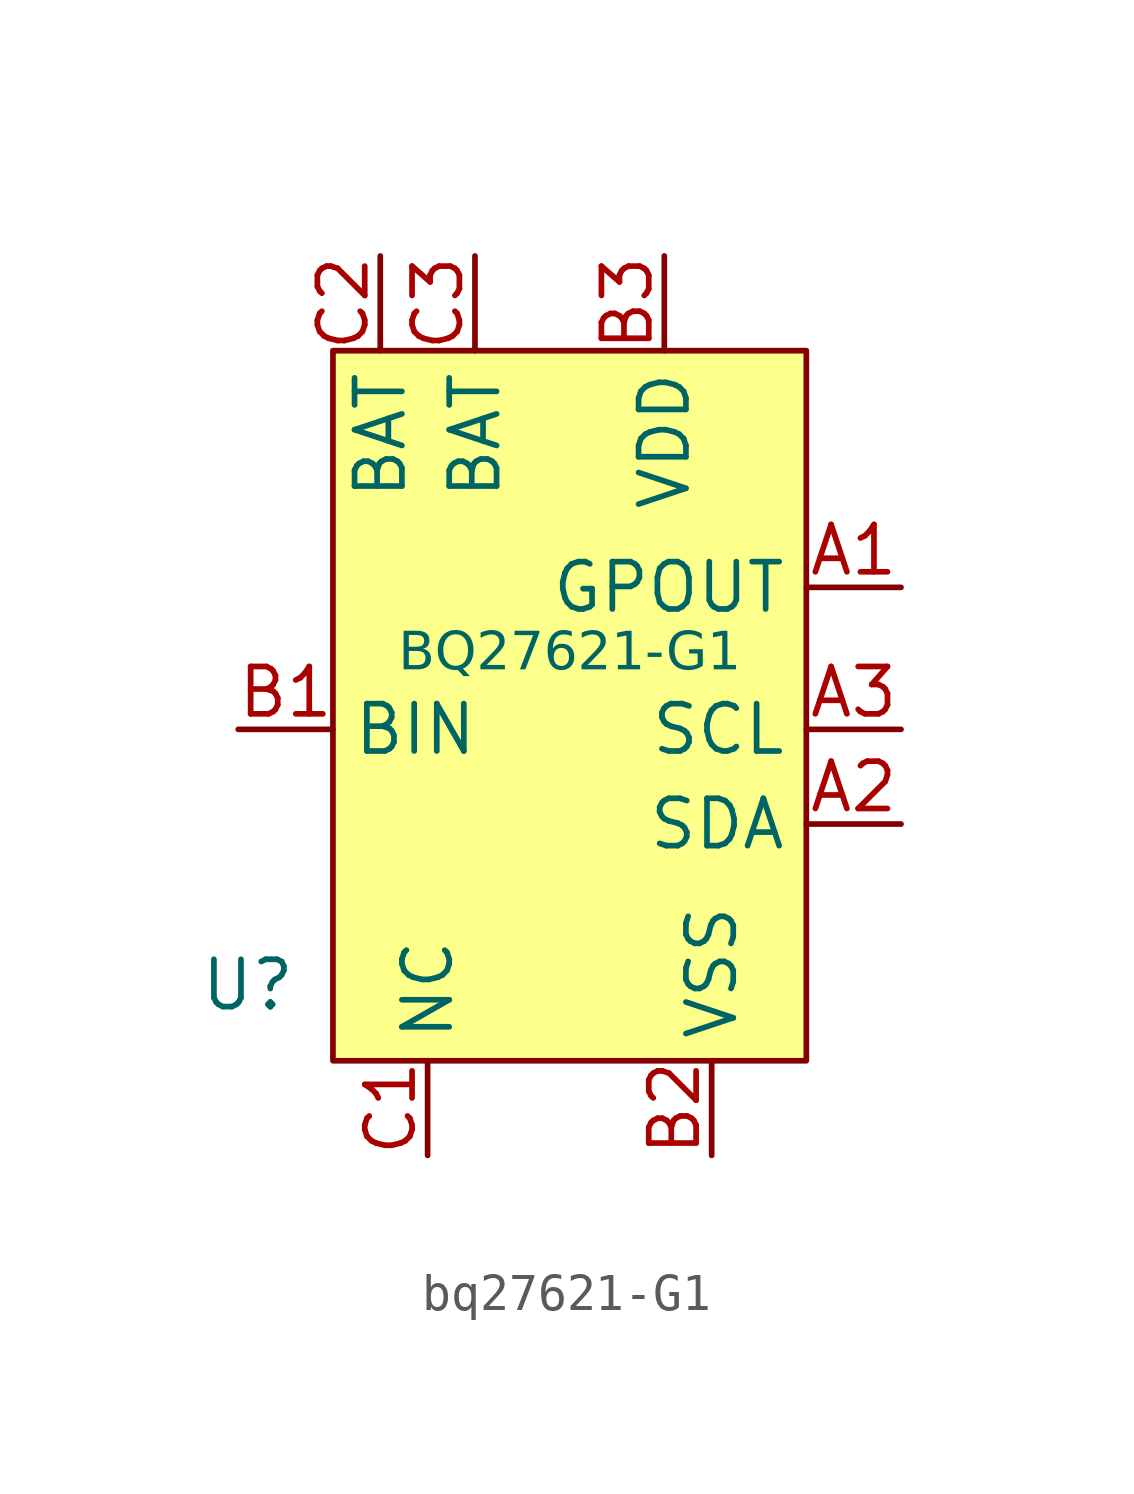
<source format=kicad_sym>
(kicad_symbol_lib
  (version 20241209)
  (generator "kicad_symbol_editor")
  (generator_version "9.0")
  (symbol "bq27621-G1"
    (property "Reference" "U"
      (at -8.636 -10.668 0)
      (effects (font (size 1.27 1.27))))
    (property "Value" "BQ27621-G1"
      (at 0 -1.778 0)
      (effects (font (face "Segoe UI") (size 1.016 1.016))))
    (symbol "bq27621-G1_1_1"
      (rectangle (start -6.35 6.35) (end 6.35 -12.7) (stroke (width 0) (type solid)) (fill (type color) (color 252 255 137 1)))
      (pin input line (at -8.89 -3.81 0) (length 2.54) (name "BIN" (effects (font (size 1.27 1.27)))) (number "B1" (effects (font (size 1.27 1.27)))))
      (pin power_in line (at -5.08 8.89 270) (length 2.54) (name "BAT" (effects (font (size 1.27 1.27)))) (number "C2" (effects (font (size 1.27 1.27)))))
      (pin power_out line (at -3.81 -15.24 90) (length 2.54) (name "NC" (effects (font (size 1.27 1.27)))) (number "C1" (effects (font (size 1.27 1.27)))))
      (pin power_in line (at -2.54 8.89 270) (length 2.54) (name "BAT" (effects (font (size 1.27 1.27)))) (number "C3" (effects (font (size 1.27 1.27)))))
      (pin power_out line (at 2.54 8.89 270) (length 2.54) (name "VDD" (effects (font (size 1.27 1.27)))) (number "B3" (effects (font (size 1.27 1.27)))))
      (pin power_out line (at 3.81 -15.24 90) (length 2.54) (name "VSS" (effects (font (size 1.27 1.27)))) (number "B2" (effects (font (size 1.27 1.27)))))
      (pin output line (at 8.89 0 180) (length 2.54) (name "GPOUT" (effects (font (size 1.27 1.27)))) (number "A1" (effects (font (size 1.27 1.27)))))
      (pin bidirectional line (at 8.89 -3.81 180) (length 2.54) (name "SCL" (effects (font (size 1.27 1.27)))) (number "A3" (effects (font (size 1.27 1.27)))))
      (pin bidirectional line (at 8.89 -6.35 180) (length 2.54) (name "SDA" (effects (font (size 1.27 1.27)))) (number "A2" (effects (font (size 1.27 1.27))))))))
</source>
